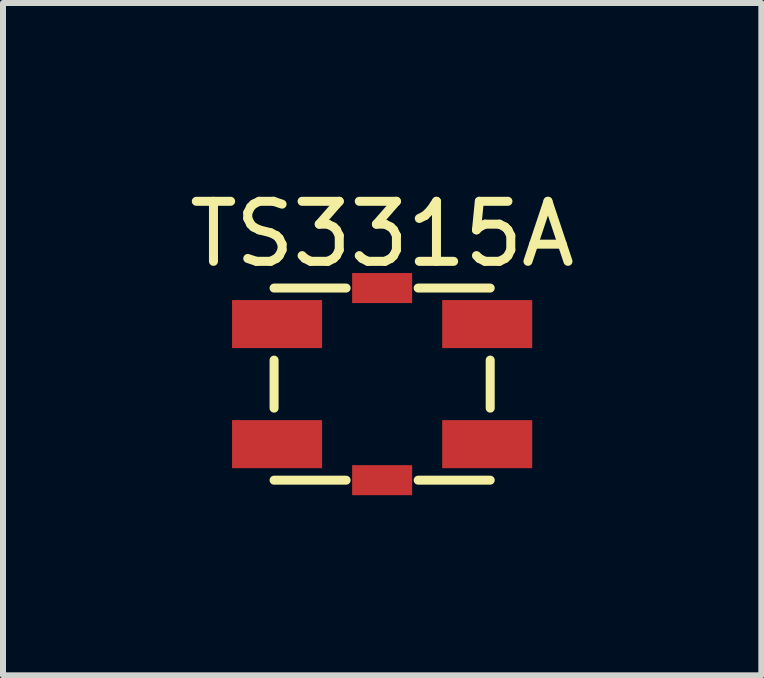
<source format=kicad_pcb>
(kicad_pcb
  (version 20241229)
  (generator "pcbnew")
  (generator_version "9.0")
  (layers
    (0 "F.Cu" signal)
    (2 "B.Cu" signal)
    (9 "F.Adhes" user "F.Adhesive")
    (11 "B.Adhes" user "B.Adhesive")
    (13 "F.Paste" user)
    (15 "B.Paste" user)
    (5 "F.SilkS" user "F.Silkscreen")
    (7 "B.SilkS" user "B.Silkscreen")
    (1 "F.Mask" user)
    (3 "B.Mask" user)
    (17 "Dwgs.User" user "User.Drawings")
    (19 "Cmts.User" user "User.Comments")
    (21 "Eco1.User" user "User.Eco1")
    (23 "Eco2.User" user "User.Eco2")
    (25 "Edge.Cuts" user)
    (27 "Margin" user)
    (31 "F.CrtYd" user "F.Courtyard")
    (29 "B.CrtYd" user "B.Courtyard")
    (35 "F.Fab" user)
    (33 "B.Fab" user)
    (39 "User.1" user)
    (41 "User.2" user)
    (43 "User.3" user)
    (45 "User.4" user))
  (footprint "TS3315A"
    (layer "F.Cu")
    (at 3.315 3.348)
    (property "Reference" "TS3315A" (at 0 -2.5 0) (unlocked yes) (layer "F.SilkS") (effects (font (size 1 1) (thickness 0.15))))
    (attr smd)
    (fp_line (start -1.8 -1.6) (end -0.6 -1.6) (stroke (width 0.15) (type default)) (layer "F.SilkS"))
    (fp_line (start -1.8 0.4) (end -1.8 -0.4) (stroke (width 0.15) (type default)) (layer "F.SilkS"))
    (fp_line (start -0.6 1.6) (end -1.8 1.6) (stroke (width 0.15) (type default)) (layer "F.SilkS"))
    (fp_line (start 0.6 -1.6) (end 1.8 -1.6) (stroke (width 0.15) (type default)) (layer "F.SilkS"))
    (fp_line (start 1.8 -0.4) (end 1.8 0.4) (stroke (width 0.15) (type default)) (layer "F.SilkS"))
    (fp_line (start 1.8 1.6) (end 0.6 1.6) (stroke (width 0.15) (type default)) (layer "F.SilkS"))
    (pad "" smd rect (at 0 -1.6) (size 1 0.5) (layers "F.Cu" "F.Mask" "F.Paste"))
    (pad "" smd rect (at 0 1.6) (size 1 0.5) (layers "F.Cu" "F.Mask" "F.Paste"))
    (pad "1" smd rect (at -1.75 -1) (size 1.5 0.8) (layers "F.Cu" "F.Mask" "F.Paste"))
    (pad "2" smd rect (at 1.75 -1) (size 1.5 0.8) (layers "F.Cu" "F.Mask" "F.Paste"))
    (pad "3" smd rect (at -1.75 1) (size 1.5 0.8) (layers "F.Cu" "F.Mask" "F.Paste"))
    (pad "4" smd rect (at 1.75 1) (size 1.5 0.8) (layers "F.Cu" "F.Mask" "F.Paste")))
  (gr_rect
    (start -3 -3)
    (end 9.631 8.198)
    (stroke (width 0.1) (type default))
    (fill no)
    (layer "Edge.Cuts")))
</source>
